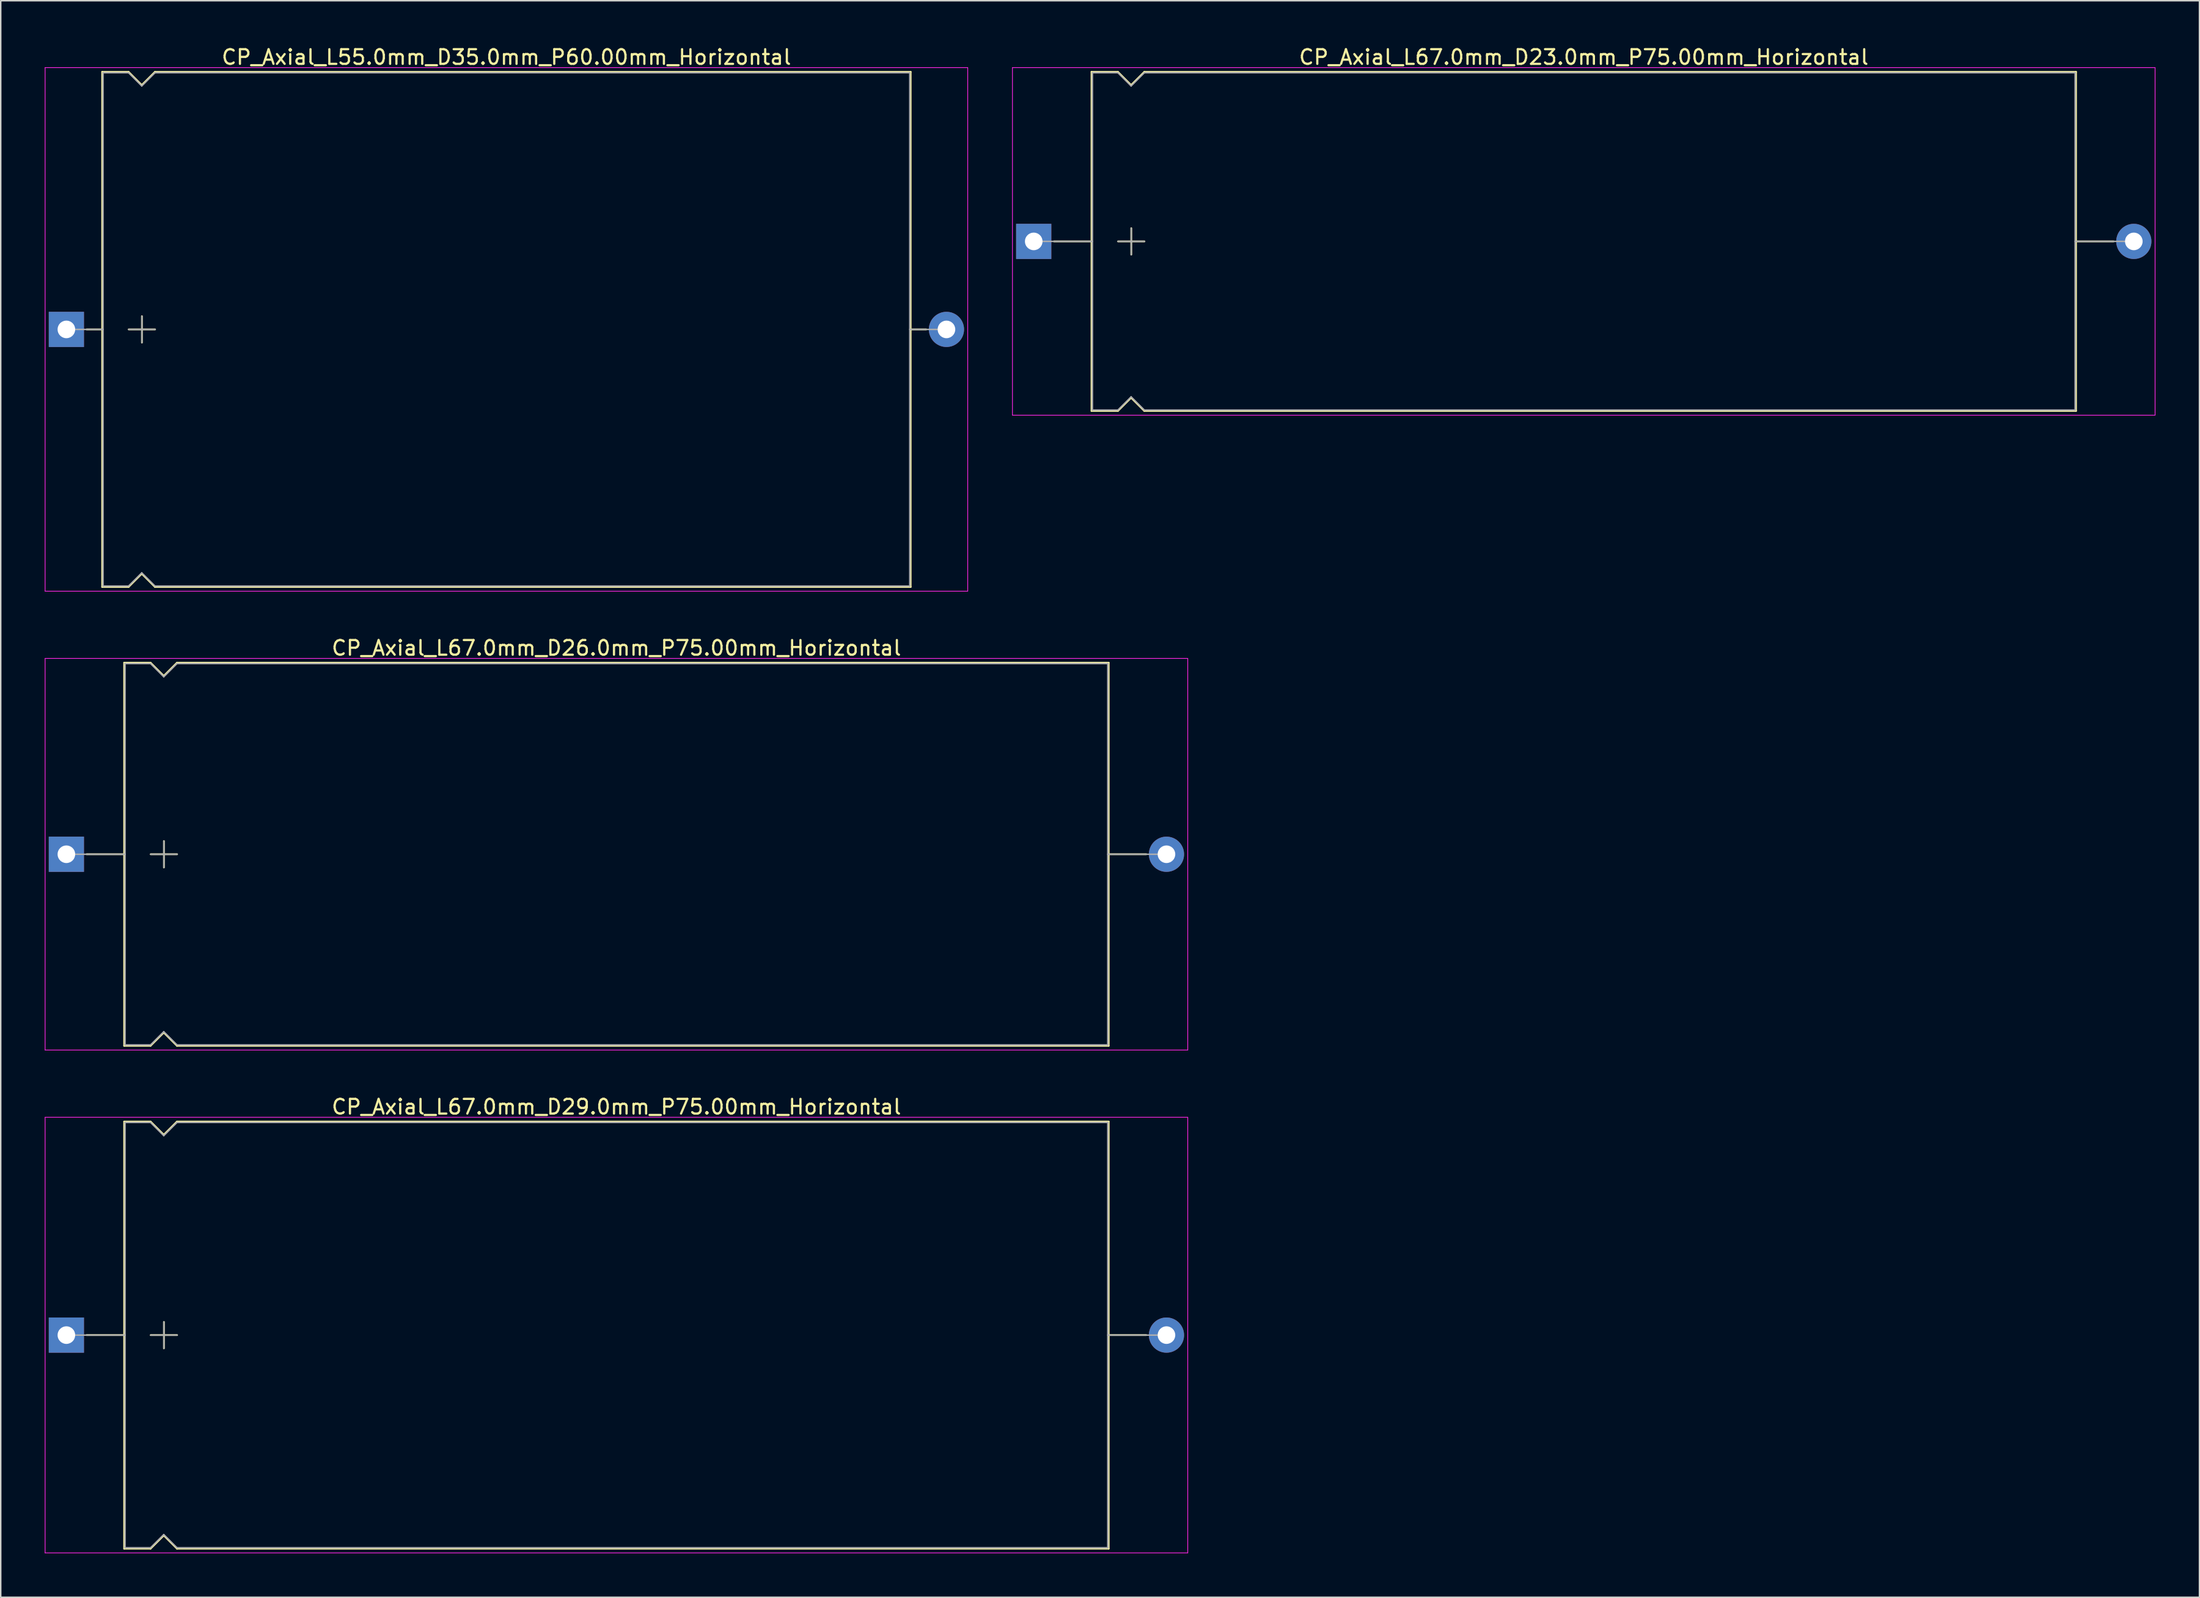
<source format=kicad_pcb>
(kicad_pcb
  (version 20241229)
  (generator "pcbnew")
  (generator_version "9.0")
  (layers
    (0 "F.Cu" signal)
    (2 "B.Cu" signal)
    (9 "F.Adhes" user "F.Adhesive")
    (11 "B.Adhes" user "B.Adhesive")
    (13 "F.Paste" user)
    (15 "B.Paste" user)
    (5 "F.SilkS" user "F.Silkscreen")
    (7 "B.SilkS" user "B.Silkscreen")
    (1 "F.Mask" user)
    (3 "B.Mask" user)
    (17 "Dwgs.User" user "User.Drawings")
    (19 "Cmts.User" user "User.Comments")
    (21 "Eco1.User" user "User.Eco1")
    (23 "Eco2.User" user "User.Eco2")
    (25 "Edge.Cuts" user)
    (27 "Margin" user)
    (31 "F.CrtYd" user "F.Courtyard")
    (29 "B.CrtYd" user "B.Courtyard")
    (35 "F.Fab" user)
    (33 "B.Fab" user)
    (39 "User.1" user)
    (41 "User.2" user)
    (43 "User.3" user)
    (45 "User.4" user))
  (footprint "CP_Axial_L67.0mm_D29.0mm_P75.00mm_Horizontal"
    (layer "F.Cu")
    (at 1.475 87.975)
    (property "Reference" "CP_Axial_L67.0mm_D29.0mm_P75.00mm_Horizontal" (at 37.5 -15.56 0) (layer "F.SilkS") (effects (font (size 1 1) (thickness 0.15))))
    (attr through_hole)
    (fp_line (start 1.38 0) (end 3.94 0) (stroke (width 0.12) (type solid)) (layer "F.SilkS"))
    (fp_line (start 3.94 -14.56) (end 3.94 14.56) (stroke (width 0.12) (type solid)) (layer "F.SilkS"))
    (fp_line (start 3.94 -14.56) (end 5.74 -14.56) (stroke (width 0.12) (type solid)) (layer "F.SilkS"))
    (fp_line (start 3.94 14.56) (end 5.74 14.56) (stroke (width 0.12) (type solid)) (layer "F.SilkS"))
    (fp_line (start 5.74 -14.56) (end 6.64 -13.66) (stroke (width 0.12) (type solid)) (layer "F.SilkS"))
    (fp_line (start 5.74 14.56) (end 6.64 13.66) (stroke (width 0.12) (type solid)) (layer "F.SilkS"))
    (fp_line (start 5.75 0) (end 7.55 0) (stroke (width 0.12) (type solid)) (layer "F.SilkS"))
    (fp_line (start 6.64 -13.66) (end 7.54 -14.56) (stroke (width 0.12) (type solid)) (layer "F.SilkS"))
    (fp_line (start 6.64 13.66) (end 7.54 14.56) (stroke (width 0.12) (type solid)) (layer "F.SilkS"))
    (fp_line (start 6.65 -0.9) (end 6.65 0.9) (stroke (width 0.12) (type solid)) (layer "F.SilkS"))
    (fp_line (start 7.54 -14.56) (end 71.06 -14.56) (stroke (width 0.12) (type solid)) (layer "F.SilkS"))
    (fp_line (start 7.54 14.56) (end 71.06 14.56) (stroke (width 0.12) (type solid)) (layer "F.SilkS"))
    (fp_line (start 71.06 -14.56) (end 71.06 14.56) (stroke (width 0.12) (type solid)) (layer "F.SilkS"))
    (fp_line (start 73.62 0) (end 71.06 0) (stroke (width 0.12) (type solid)) (layer "F.SilkS"))
    (fp_line (start -1.45 -14.85) (end -1.45 14.85) (stroke (width 0.05) (type solid)) (layer "F.CrtYd"))
    (fp_line (start -1.45 14.85) (end 76.45 14.85) (stroke (width 0.05) (type solid)) (layer "F.CrtYd"))
    (fp_line (start 76.45 -14.85) (end -1.45 -14.85) (stroke (width 0.05) (type solid)) (layer "F.CrtYd"))
    (fp_line (start 76.45 14.85) (end 76.45 -14.85) (stroke (width 0.05) (type solid)) (layer "F.CrtYd"))
    (fp_line (start 0 0) (end 4 0) (stroke (width 0.1) (type solid)) (layer "F.Fab"))
    (fp_line (start 4 -14.5) (end 4 14.5) (stroke (width 0.1) (type solid)) (layer "F.Fab"))
    (fp_line (start 4 -14.5) (end 5.74 -14.5) (stroke (width 0.1) (type solid)) (layer "F.Fab"))
    (fp_line (start 4 14.5) (end 5.74 14.5) (stroke (width 0.1) (type solid)) (layer "F.Fab"))
    (fp_line (start 5.74 -14.5) (end 6.64 -13.6) (stroke (width 0.1) (type solid)) (layer "F.Fab"))
    (fp_line (start 5.74 14.5) (end 6.64 13.6) (stroke (width 0.1) (type solid)) (layer "F.Fab"))
    (fp_line (start 5.75 0) (end 7.55 0) (stroke (width 0.1) (type solid)) (layer "F.Fab"))
    (fp_line (start 6.64 -13.6) (end 7.54 -14.5) (stroke (width 0.1) (type solid)) (layer "F.Fab"))
    (fp_line (start 6.64 13.6) (end 7.54 14.5) (stroke (width 0.1) (type solid)) (layer "F.Fab"))
    (fp_line (start 6.65 -0.9) (end 6.65 0.9) (stroke (width 0.1) (type solid)) (layer "F.Fab"))
    (fp_line (start 7.54 -14.5) (end 71 -14.5) (stroke (width 0.1) (type solid)) (layer "F.Fab"))
    (fp_line (start 7.54 14.5) (end 71 14.5) (stroke (width 0.1) (type solid)) (layer "F.Fab"))
    (fp_line (start 71 -14.5) (end 71 14.5) (stroke (width 0.1) (type solid)) (layer "F.Fab"))
    (fp_line (start 75 0) (end 71 0) (stroke (width 0.1) (type solid)) (layer "F.Fab"))
    (pad "1" thru_hole rect (at 0 0) (size 2.4 2.4) (drill 1.2) (layers "*.Cu" "*.Mask"))
    (pad "2" thru_hole oval (at 75 0) (size 2.4 2.4) (drill 1.2) (layers "*.Cu" "*.Mask")))
  (footprint "CP_Axial_L67.0mm_D23.0mm_P75.00mm_Horizontal"
    (layer "F.Cu")
    (at 67.425 13.408)
    (property "Reference" "CP_Axial_L67.0mm_D23.0mm_P75.00mm_Horizontal" (at 37.5 -12.56 0) (layer "F.SilkS") (effects (font (size 1 1) (thickness 0.15))))
    (attr through_hole)
    (fp_line (start 1.38 0) (end 3.94 0) (stroke (width 0.12) (type solid)) (layer "F.SilkS"))
    (fp_line (start 3.94 -11.56) (end 3.94 11.56) (stroke (width 0.12) (type solid)) (layer "F.SilkS"))
    (fp_line (start 3.94 -11.56) (end 5.74 -11.56) (stroke (width 0.12) (type solid)) (layer "F.SilkS"))
    (fp_line (start 3.94 11.56) (end 5.74 11.56) (stroke (width 0.12) (type solid)) (layer "F.SilkS"))
    (fp_line (start 5.74 -11.56) (end 6.64 -10.66) (stroke (width 0.12) (type solid)) (layer "F.SilkS"))
    (fp_line (start 5.74 11.56) (end 6.64 10.66) (stroke (width 0.12) (type solid)) (layer "F.SilkS"))
    (fp_line (start 5.75 0) (end 7.55 0) (stroke (width 0.12) (type solid)) (layer "F.SilkS"))
    (fp_line (start 6.64 -10.66) (end 7.54 -11.56) (stroke (width 0.12) (type solid)) (layer "F.SilkS"))
    (fp_line (start 6.64 10.66) (end 7.54 11.56) (stroke (width 0.12) (type solid)) (layer "F.SilkS"))
    (fp_line (start 6.65 -0.9) (end 6.65 0.9) (stroke (width 0.12) (type solid)) (layer "F.SilkS"))
    (fp_line (start 7.54 -11.56) (end 71.06 -11.56) (stroke (width 0.12) (type solid)) (layer "F.SilkS"))
    (fp_line (start 7.54 11.56) (end 71.06 11.56) (stroke (width 0.12) (type solid)) (layer "F.SilkS"))
    (fp_line (start 71.06 -11.56) (end 71.06 11.56) (stroke (width 0.12) (type solid)) (layer "F.SilkS"))
    (fp_line (start 73.62 0) (end 71.06 0) (stroke (width 0.12) (type solid)) (layer "F.SilkS"))
    (fp_line (start -1.45 -11.85) (end -1.45 11.85) (stroke (width 0.05) (type solid)) (layer "F.CrtYd"))
    (fp_line (start -1.45 11.85) (end 76.45 11.85) (stroke (width 0.05) (type solid)) (layer "F.CrtYd"))
    (fp_line (start 76.45 -11.85) (end -1.45 -11.85) (stroke (width 0.05) (type solid)) (layer "F.CrtYd"))
    (fp_line (start 76.45 11.85) (end 76.45 -11.85) (stroke (width 0.05) (type solid)) (layer "F.CrtYd"))
    (fp_line (start 0 0) (end 4 0) (stroke (width 0.1) (type solid)) (layer "F.Fab"))
    (fp_line (start 4 -11.5) (end 4 11.5) (stroke (width 0.1) (type solid)) (layer "F.Fab"))
    (fp_line (start 4 -11.5) (end 5.74 -11.5) (stroke (width 0.1) (type solid)) (layer "F.Fab"))
    (fp_line (start 4 11.5) (end 5.74 11.5) (stroke (width 0.1) (type solid)) (layer "F.Fab"))
    (fp_line (start 5.74 -11.5) (end 6.64 -10.6) (stroke (width 0.1) (type solid)) (layer "F.Fab"))
    (fp_line (start 5.74 11.5) (end 6.64 10.6) (stroke (width 0.1) (type solid)) (layer "F.Fab"))
    (fp_line (start 5.75 0) (end 7.55 0) (stroke (width 0.1) (type solid)) (layer "F.Fab"))
    (fp_line (start 6.64 -10.6) (end 7.54 -11.5) (stroke (width 0.1) (type solid)) (layer "F.Fab"))
    (fp_line (start 6.64 10.6) (end 7.54 11.5) (stroke (width 0.1) (type solid)) (layer "F.Fab"))
    (fp_line (start 6.65 -0.9) (end 6.65 0.9) (stroke (width 0.1) (type solid)) (layer "F.Fab"))
    (fp_line (start 7.54 -11.5) (end 71 -11.5) (stroke (width 0.1) (type solid)) (layer "F.Fab"))
    (fp_line (start 7.54 11.5) (end 71 11.5) (stroke (width 0.1) (type solid)) (layer "F.Fab"))
    (fp_line (start 71 -11.5) (end 71 11.5) (stroke (width 0.1) (type solid)) (layer "F.Fab"))
    (fp_line (start 75 0) (end 71 0) (stroke (width 0.1) (type solid)) (layer "F.Fab"))
    (pad "1" thru_hole rect (at 0 0) (size 2.4 2.4) (drill 1.2) (layers "*.Cu" "*.Mask"))
    (pad "2" thru_hole oval (at 75 0) (size 2.4 2.4) (drill 1.2) (layers "*.Cu" "*.Mask")))
  (footprint "CP_Axial_L67.0mm_D26.0mm_P75.00mm_Horizontal"
    (layer "F.Cu")
    (at 1.475 55.191)
    (property "Reference" "CP_Axial_L67.0mm_D26.0mm_P75.00mm_Horizontal" (at 37.5 -14.06 0) (layer "F.SilkS") (effects (font (size 1 1) (thickness 0.15))))
    (attr through_hole)
    (fp_line (start 1.38 0) (end 3.94 0) (stroke (width 0.12) (type solid)) (layer "F.SilkS"))
    (fp_line (start 3.94 -13.06) (end 3.94 13.06) (stroke (width 0.12) (type solid)) (layer "F.SilkS"))
    (fp_line (start 3.94 -13.06) (end 5.74 -13.06) (stroke (width 0.12) (type solid)) (layer "F.SilkS"))
    (fp_line (start 3.94 13.06) (end 5.74 13.06) (stroke (width 0.12) (type solid)) (layer "F.SilkS"))
    (fp_line (start 5.74 -13.06) (end 6.64 -12.16) (stroke (width 0.12) (type solid)) (layer "F.SilkS"))
    (fp_line (start 5.74 13.06) (end 6.64 12.16) (stroke (width 0.12) (type solid)) (layer "F.SilkS"))
    (fp_line (start 5.75 0) (end 7.55 0) (stroke (width 0.12) (type solid)) (layer "F.SilkS"))
    (fp_line (start 6.64 -12.16) (end 7.54 -13.06) (stroke (width 0.12) (type solid)) (layer "F.SilkS"))
    (fp_line (start 6.64 12.16) (end 7.54 13.06) (stroke (width 0.12) (type solid)) (layer "F.SilkS"))
    (fp_line (start 6.65 -0.9) (end 6.65 0.9) (stroke (width 0.12) (type solid)) (layer "F.SilkS"))
    (fp_line (start 7.54 -13.06) (end 71.06 -13.06) (stroke (width 0.12) (type solid)) (layer "F.SilkS"))
    (fp_line (start 7.54 13.06) (end 71.06 13.06) (stroke (width 0.12) (type solid)) (layer "F.SilkS"))
    (fp_line (start 71.06 -13.06) (end 71.06 13.06) (stroke (width 0.12) (type solid)) (layer "F.SilkS"))
    (fp_line (start 73.62 0) (end 71.06 0) (stroke (width 0.12) (type solid)) (layer "F.SilkS"))
    (fp_line (start -1.45 -13.35) (end -1.45 13.35) (stroke (width 0.05) (type solid)) (layer "F.CrtYd"))
    (fp_line (start -1.45 13.35) (end 76.45 13.35) (stroke (width 0.05) (type solid)) (layer "F.CrtYd"))
    (fp_line (start 76.45 -13.35) (end -1.45 -13.35) (stroke (width 0.05) (type solid)) (layer "F.CrtYd"))
    (fp_line (start 76.45 13.35) (end 76.45 -13.35) (stroke (width 0.05) (type solid)) (layer "F.CrtYd"))
    (fp_line (start 0 0) (end 4 0) (stroke (width 0.1) (type solid)) (layer "F.Fab"))
    (fp_line (start 4 -13) (end 4 13) (stroke (width 0.1) (type solid)) (layer "F.Fab"))
    (fp_line (start 4 -13) (end 5.74 -13) (stroke (width 0.1) (type solid)) (layer "F.Fab"))
    (fp_line (start 4 13) (end 5.74 13) (stroke (width 0.1) (type solid)) (layer "F.Fab"))
    (fp_line (start 5.74 -13) (end 6.64 -12.1) (stroke (width 0.1) (type solid)) (layer "F.Fab"))
    (fp_line (start 5.74 13) (end 6.64 12.1) (stroke (width 0.1) (type solid)) (layer "F.Fab"))
    (fp_line (start 5.75 0) (end 7.55 0) (stroke (width 0.1) (type solid)) (layer "F.Fab"))
    (fp_line (start 6.64 -12.1) (end 7.54 -13) (stroke (width 0.1) (type solid)) (layer "F.Fab"))
    (fp_line (start 6.64 12.1) (end 7.54 13) (stroke (width 0.1) (type solid)) (layer "F.Fab"))
    (fp_line (start 6.65 -0.9) (end 6.65 0.9) (stroke (width 0.1) (type solid)) (layer "F.Fab"))
    (fp_line (start 7.54 -13) (end 71 -13) (stroke (width 0.1) (type solid)) (layer "F.Fab"))
    (fp_line (start 7.54 13) (end 71 13) (stroke (width 0.1) (type solid)) (layer "F.Fab"))
    (fp_line (start 71 -13) (end 71 13) (stroke (width 0.1) (type solid)) (layer "F.Fab"))
    (fp_line (start 75 0) (end 71 0) (stroke (width 0.1) (type solid)) (layer "F.Fab"))
    (pad "1" thru_hole rect (at 0 0) (size 2.4 2.4) (drill 1.2) (layers "*.Cu" "*.Mask"))
    (pad "2" thru_hole oval (at 75 0) (size 2.4 2.4) (drill 1.2) (layers "*.Cu" "*.Mask")))
  (footprint "CP_Axial_L55.0mm_D35.0mm_P60.00mm_Horizontal"
    (layer "F.Cu")
    (at 1.475 19.408)
    (property "Reference" "CP_Axial_L55.0mm_D35.0mm_P60.00mm_Horizontal" (at 30 -18.56 0) (layer "F.SilkS") (effects (font (size 1 1) (thickness 0.15))))
    (attr through_hole)
    (fp_line (start 1.38 0) (end 2.44 0) (stroke (width 0.12) (type solid)) (layer "F.SilkS"))
    (fp_line (start 2.44 -17.56) (end 2.44 17.56) (stroke (width 0.12) (type solid)) (layer "F.SilkS"))
    (fp_line (start 2.44 -17.56) (end 4.24 -17.56) (stroke (width 0.12) (type solid)) (layer "F.SilkS"))
    (fp_line (start 2.44 17.56) (end 4.24 17.56) (stroke (width 0.12) (type solid)) (layer "F.SilkS"))
    (fp_line (start 4.24 -17.56) (end 5.14 -16.66) (stroke (width 0.12) (type solid)) (layer "F.SilkS"))
    (fp_line (start 4.24 17.56) (end 5.14 16.66) (stroke (width 0.12) (type solid)) (layer "F.SilkS"))
    (fp_line (start 4.25 0) (end 6.05 0) (stroke (width 0.12) (type solid)) (layer "F.SilkS"))
    (fp_line (start 5.14 -16.66) (end 6.04 -17.56) (stroke (width 0.12) (type solid)) (layer "F.SilkS"))
    (fp_line (start 5.14 16.66) (end 6.04 17.56) (stroke (width 0.12) (type solid)) (layer "F.SilkS"))
    (fp_line (start 5.15 -0.9) (end 5.15 0.9) (stroke (width 0.12) (type solid)) (layer "F.SilkS"))
    (fp_line (start 6.04 -17.56) (end 57.56 -17.56) (stroke (width 0.12) (type solid)) (layer "F.SilkS"))
    (fp_line (start 6.04 17.56) (end 57.56 17.56) (stroke (width 0.12) (type solid)) (layer "F.SilkS"))
    (fp_line (start 57.56 -17.56) (end 57.56 17.56) (stroke (width 0.12) (type solid)) (layer "F.SilkS"))
    (fp_line (start 58.62 0) (end 57.56 0) (stroke (width 0.12) (type solid)) (layer "F.SilkS"))
    (fp_line (start -1.45 -17.85) (end -1.45 17.85) (stroke (width 0.05) (type solid)) (layer "F.CrtYd"))
    (fp_line (start -1.45 17.85) (end 61.45 17.85) (stroke (width 0.05) (type solid)) (layer "F.CrtYd"))
    (fp_line (start 61.45 -17.85) (end -1.45 -17.85) (stroke (width 0.05) (type solid)) (layer "F.CrtYd"))
    (fp_line (start 61.45 17.85) (end 61.45 -17.85) (stroke (width 0.05) (type solid)) (layer "F.CrtYd"))
    (fp_line (start 0 0) (end 2.5 0) (stroke (width 0.1) (type solid)) (layer "F.Fab"))
    (fp_line (start 2.5 -17.5) (end 2.5 17.5) (stroke (width 0.1) (type solid)) (layer "F.Fab"))
    (fp_line (start 2.5 -17.5) (end 4.24 -17.5) (stroke (width 0.1) (type solid)) (layer "F.Fab"))
    (fp_line (start 2.5 17.5) (end 4.24 17.5) (stroke (width 0.1) (type solid)) (layer "F.Fab"))
    (fp_line (start 4.24 -17.5) (end 5.14 -16.6) (stroke (width 0.1) (type solid)) (layer "F.Fab"))
    (fp_line (start 4.24 17.5) (end 5.14 16.6) (stroke (width 0.1) (type solid)) (layer "F.Fab"))
    (fp_line (start 4.25 0) (end 6.05 0) (stroke (width 0.1) (type solid)) (layer "F.Fab"))
    (fp_line (start 5.14 -16.6) (end 6.04 -17.5) (stroke (width 0.1) (type solid)) (layer "F.Fab"))
    (fp_line (start 5.14 16.6) (end 6.04 17.5) (stroke (width 0.1) (type solid)) (layer "F.Fab"))
    (fp_line (start 5.15 -0.9) (end 5.15 0.9) (stroke (width 0.1) (type solid)) (layer "F.Fab"))
    (fp_line (start 6.04 -17.5) (end 57.5 -17.5) (stroke (width 0.1) (type solid)) (layer "F.Fab"))
    (fp_line (start 6.04 17.5) (end 57.5 17.5) (stroke (width 0.1) (type solid)) (layer "F.Fab"))
    (fp_line (start 57.5 -17.5) (end 57.5 17.5) (stroke (width 0.1) (type solid)) (layer "F.Fab"))
    (fp_line (start 60 0) (end 57.5 0) (stroke (width 0.1) (type solid)) (layer "F.Fab"))
    (pad "1" thru_hole rect (at 0 0) (size 2.4 2.4) (drill 1.2) (layers "*.Cu" "*.Mask"))
    (pad "2" thru_hole oval (at 60 0) (size 2.4 2.4) (drill 1.2) (layers "*.Cu" "*.Mask")))
  (gr_rect
    (start -3 -3)
    (end 146.9 105.85)
    (stroke (width 0.1) (type default))
    (fill no)
    (layer "Edge.Cuts")))
</source>
